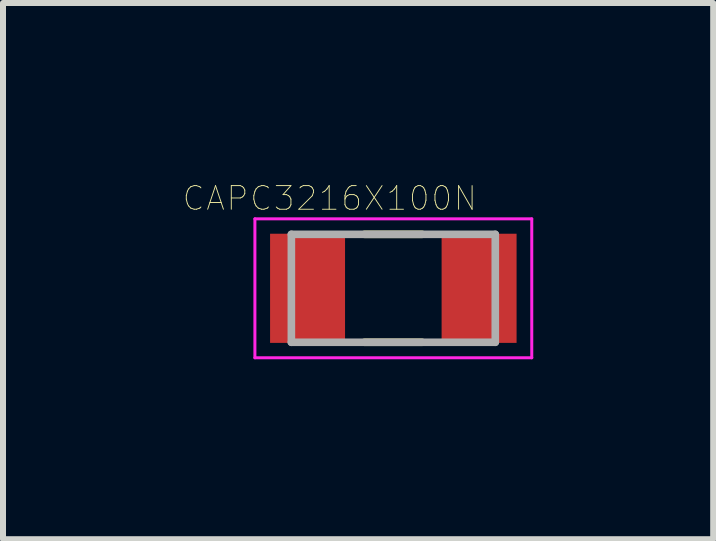
<source format=kicad_pcb>
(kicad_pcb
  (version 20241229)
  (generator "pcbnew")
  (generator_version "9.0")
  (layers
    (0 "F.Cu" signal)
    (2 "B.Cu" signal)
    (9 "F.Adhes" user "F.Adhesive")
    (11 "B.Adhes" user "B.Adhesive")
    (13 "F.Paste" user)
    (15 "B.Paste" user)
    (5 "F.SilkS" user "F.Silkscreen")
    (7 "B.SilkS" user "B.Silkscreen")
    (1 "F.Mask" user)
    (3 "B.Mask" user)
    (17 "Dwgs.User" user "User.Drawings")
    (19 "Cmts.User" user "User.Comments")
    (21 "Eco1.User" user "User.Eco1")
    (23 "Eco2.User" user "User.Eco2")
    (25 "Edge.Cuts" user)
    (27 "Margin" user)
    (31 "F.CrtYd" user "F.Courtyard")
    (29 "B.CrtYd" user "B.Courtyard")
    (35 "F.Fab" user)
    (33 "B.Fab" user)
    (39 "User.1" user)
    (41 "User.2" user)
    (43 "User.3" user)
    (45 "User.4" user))
  (footprint "CAPC3216X100N"
    (layer "F.Cu")
    (at 3.508 1.757)
    (property "Reference" "CAPC3216X100N" (at -1.06 -1.5 0) (layer "F.SilkS") (effects (font (size 0.394 0.394) (thickness 0.015))))
    (attr through_hole)
    (fp_line (start -0.48 -0.9) (end 0.48 -0.9) (stroke (width 0.127) (type solid)) (layer "F.SilkS"))
    (fp_line (start -0.48 0.9) (end 0.48 0.9) (stroke (width 0.127) (type solid)) (layer "F.SilkS"))
    (fp_line (start -2.308 -1.158) (end 2.308 -1.158) (stroke (width 0.05) (type solid)) (layer "F.CrtYd"))
    (fp_line (start -2.308 1.158) (end -2.308 -1.158) (stroke (width 0.05) (type solid)) (layer "F.CrtYd"))
    (fp_line (start -2.308 1.158) (end 2.308 1.158) (stroke (width 0.05) (type solid)) (layer "F.CrtYd"))
    (fp_line (start 2.308 1.158) (end 2.308 -1.158) (stroke (width 0.05) (type solid)) (layer "F.CrtYd"))
    (fp_line (start -1.7 0.9) (end -1.7 -0.9) (stroke (width 0.127) (type solid)) (layer "F.Fab"))
    (fp_line (start 1.7 -0.9) (end -1.7 -0.9) (stroke (width 0.127) (type solid)) (layer "F.Fab"))
    (fp_line (start 1.7 0.9) (end -1.7 0.9) (stroke (width 0.127) (type solid)) (layer "F.Fab"))
    (fp_line (start 1.7 0.9) (end 1.7 -0.9) (stroke (width 0.127) (type solid)) (layer "F.Fab"))
    (pad "1" smd rect (at -1.43 0) (size 1.25 1.82) (layers "F.Cu" "F.Mask" "F.Paste"))
    (pad "2" smd rect (at 1.43 0) (size 1.25 1.82) (layers "F.Cu" "F.Mask" "F.Paste")))
  (gr_rect
    (start -3 -3)
    (end 8.841 5.94)
    (stroke (width 0.1) (type default))
    (fill no)
    (layer "Edge.Cuts")))
</source>
